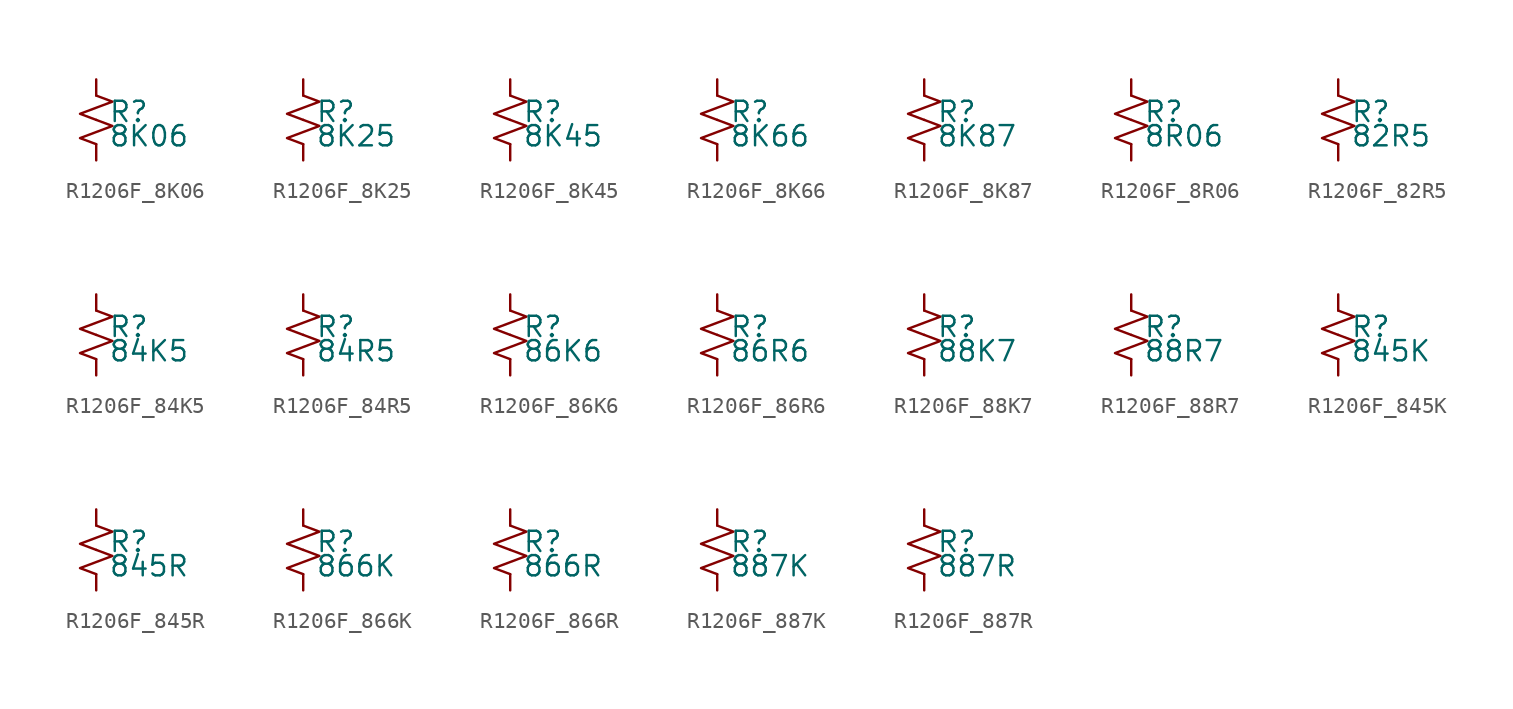
<source format=kicad_sym>
(kicad_symbol_lib
  (version 20220914)
  (generator kicad_symbol_editor)
  (symbol "R1206F_8K06"
    (pin_numbers hide)
    (pin_names
      (offset 0.254) hide)
    (property "Reference" "R"
      (at 0.762 0.508 0)
      (effects (font (size 1.27 1.27)) (justify left)))
    (property "Value" "8K06"
      (at 0.762 -1.016 0)
      (effects (font (size 1.27 1.27)) (justify left)))
    (symbol "R1206F_8K06_1_1"
      (polyline (pts (xy 0 0) (xy 1.016 -0.381) (xy 0 -0.762) (xy -1.016 -1.143) (xy 0 -1.524)) (stroke (width 0) (type default)) (fill (type none)))
      (polyline (pts (xy 0 1.524) (xy 1.016 1.143) (xy 0 0.762) (xy -1.016 0.381) (xy 0 0)) (stroke (width 0) (type default)) (fill (type none)))
      (pin passive line (at 0 2.54 270) (length 1.016) (name "~" (effects (font (size 1.27 1.27)))) (number "1" (effects (font (size 1.27 1.27)))))
      (pin passive line (at 0 -2.54 90) (length 1.016) (name "~" (effects (font (size 1.27 1.27)))) (number "2" (effects (font (size 1.27 1.27)))))))
  (symbol "R1206F_8K25"
    (pin_numbers hide)
    (pin_names
      (offset 0.254) hide)
    (property "Reference" "R"
      (at 0.762 0.508 0)
      (effects (font (size 1.27 1.27)) (justify left)))
    (property "Value" "8K25"
      (at 0.762 -1.016 0)
      (effects (font (size 1.27 1.27)) (justify left)))
    (symbol "R1206F_8K25_1_1"
      (polyline (pts (xy 0 0) (xy 1.016 -0.381) (xy 0 -0.762) (xy -1.016 -1.143) (xy 0 -1.524)) (stroke (width 0) (type default)) (fill (type none)))
      (polyline (pts (xy 0 1.524) (xy 1.016 1.143) (xy 0 0.762) (xy -1.016 0.381) (xy 0 0)) (stroke (width 0) (type default)) (fill (type none)))
      (pin passive line (at 0 2.54 270) (length 1.016) (name "~" (effects (font (size 1.27 1.27)))) (number "1" (effects (font (size 1.27 1.27)))))
      (pin passive line (at 0 -2.54 90) (length 1.016) (name "~" (effects (font (size 1.27 1.27)))) (number "2" (effects (font (size 1.27 1.27)))))))
  (symbol "R1206F_8K45"
    (pin_numbers hide)
    (pin_names
      (offset 0.254) hide)
    (property "Reference" "R"
      (at 0.762 0.508 0)
      (effects (font (size 1.27 1.27)) (justify left)))
    (property "Value" "8K45"
      (at 0.762 -1.016 0)
      (effects (font (size 1.27 1.27)) (justify left)))
    (symbol "R1206F_8K45_1_1"
      (polyline (pts (xy 0 0) (xy 1.016 -0.381) (xy 0 -0.762) (xy -1.016 -1.143) (xy 0 -1.524)) (stroke (width 0) (type default)) (fill (type none)))
      (polyline (pts (xy 0 1.524) (xy 1.016 1.143) (xy 0 0.762) (xy -1.016 0.381) (xy 0 0)) (stroke (width 0) (type default)) (fill (type none)))
      (pin passive line (at 0 2.54 270) (length 1.016) (name "~" (effects (font (size 1.27 1.27)))) (number "1" (effects (font (size 1.27 1.27)))))
      (pin passive line (at 0 -2.54 90) (length 1.016) (name "~" (effects (font (size 1.27 1.27)))) (number "2" (effects (font (size 1.27 1.27)))))))
  (symbol "R1206F_8K66"
    (pin_numbers hide)
    (pin_names
      (offset 0.254) hide)
    (property "Reference" "R"
      (at 0.762 0.508 0)
      (effects (font (size 1.27 1.27)) (justify left)))
    (property "Value" "8K66"
      (at 0.762 -1.016 0)
      (effects (font (size 1.27 1.27)) (justify left)))
    (symbol "R1206F_8K66_1_1"
      (polyline (pts (xy 0 0) (xy 1.016 -0.381) (xy 0 -0.762) (xy -1.016 -1.143) (xy 0 -1.524)) (stroke (width 0) (type default)) (fill (type none)))
      (polyline (pts (xy 0 1.524) (xy 1.016 1.143) (xy 0 0.762) (xy -1.016 0.381) (xy 0 0)) (stroke (width 0) (type default)) (fill (type none)))
      (pin passive line (at 0 2.54 270) (length 1.016) (name "~" (effects (font (size 1.27 1.27)))) (number "1" (effects (font (size 1.27 1.27)))))
      (pin passive line (at 0 -2.54 90) (length 1.016) (name "~" (effects (font (size 1.27 1.27)))) (number "2" (effects (font (size 1.27 1.27)))))))
  (symbol "R1206F_8K87"
    (pin_numbers hide)
    (pin_names
      (offset 0.254) hide)
    (property "Reference" "R"
      (at 0.762 0.508 0)
      (effects (font (size 1.27 1.27)) (justify left)))
    (property "Value" "8K87"
      (at 0.762 -1.016 0)
      (effects (font (size 1.27 1.27)) (justify left)))
    (symbol "R1206F_8K87_1_1"
      (polyline (pts (xy 0 0) (xy 1.016 -0.381) (xy 0 -0.762) (xy -1.016 -1.143) (xy 0 -1.524)) (stroke (width 0) (type default)) (fill (type none)))
      (polyline (pts (xy 0 1.524) (xy 1.016 1.143) (xy 0 0.762) (xy -1.016 0.381) (xy 0 0)) (stroke (width 0) (type default)) (fill (type none)))
      (pin passive line (at 0 2.54 270) (length 1.016) (name "~" (effects (font (size 1.27 1.27)))) (number "1" (effects (font (size 1.27 1.27)))))
      (pin passive line (at 0 -2.54 90) (length 1.016) (name "~" (effects (font (size 1.27 1.27)))) (number "2" (effects (font (size 1.27 1.27)))))))
  (symbol "R1206F_8R06"
    (pin_numbers hide)
    (pin_names
      (offset 0.254) hide)
    (property "Reference" "R"
      (at 0.762 0.508 0)
      (effects (font (size 1.27 1.27)) (justify left)))
    (property "Value" "8R06"
      (at 0.762 -1.016 0)
      (effects (font (size 1.27 1.27)) (justify left)))
    (symbol "R1206F_8R06_1_1"
      (polyline (pts (xy 0 0) (xy 1.016 -0.381) (xy 0 -0.762) (xy -1.016 -1.143) (xy 0 -1.524)) (stroke (width 0) (type default)) (fill (type none)))
      (polyline (pts (xy 0 1.524) (xy 1.016 1.143) (xy 0 0.762) (xy -1.016 0.381) (xy 0 0)) (stroke (width 0) (type default)) (fill (type none)))
      (pin passive line (at 0 2.54 270) (length 1.016) (name "~" (effects (font (size 1.27 1.27)))) (number "1" (effects (font (size 1.27 1.27)))))
      (pin passive line (at 0 -2.54 90) (length 1.016) (name "~" (effects (font (size 1.27 1.27)))) (number "2" (effects (font (size 1.27 1.27)))))))
  (symbol "R1206F_82R5"
    (pin_numbers hide)
    (pin_names
      (offset 0.254) hide)
    (property "Reference" "R"
      (at 0.762 0.508 0)
      (effects (font (size 1.27 1.27)) (justify left)))
    (property "Value" "82R5"
      (at 0.762 -1.016 0)
      (effects (font (size 1.27 1.27)) (justify left)))
    (symbol "R1206F_82R5_1_1"
      (polyline (pts (xy 0 0) (xy 1.016 -0.381) (xy 0 -0.762) (xy -1.016 -1.143) (xy 0 -1.524)) (stroke (width 0) (type default)) (fill (type none)))
      (polyline (pts (xy 0 1.524) (xy 1.016 1.143) (xy 0 0.762) (xy -1.016 0.381) (xy 0 0)) (stroke (width 0) (type default)) (fill (type none)))
      (pin passive line (at 0 2.54 270) (length 1.016) (name "~" (effects (font (size 1.27 1.27)))) (number "1" (effects (font (size 1.27 1.27)))))
      (pin passive line (at 0 -2.54 90) (length 1.016) (name "~" (effects (font (size 1.27 1.27)))) (number "2" (effects (font (size 1.27 1.27)))))))
  (symbol "R1206F_84K5"
    (pin_numbers hide)
    (pin_names
      (offset 0.254) hide)
    (property "Reference" "R"
      (at 0.762 0.508 0)
      (effects (font (size 1.27 1.27)) (justify left)))
    (property "Value" "84K5"
      (at 0.762 -1.016 0)
      (effects (font (size 1.27 1.27)) (justify left)))
    (symbol "R1206F_84K5_1_1"
      (polyline (pts (xy 0 0) (xy 1.016 -0.381) (xy 0 -0.762) (xy -1.016 -1.143) (xy 0 -1.524)) (stroke (width 0) (type default)) (fill (type none)))
      (polyline (pts (xy 0 1.524) (xy 1.016 1.143) (xy 0 0.762) (xy -1.016 0.381) (xy 0 0)) (stroke (width 0) (type default)) (fill (type none)))
      (pin passive line (at 0 2.54 270) (length 1.016) (name "~" (effects (font (size 1.27 1.27)))) (number "1" (effects (font (size 1.27 1.27)))))
      (pin passive line (at 0 -2.54 90) (length 1.016) (name "~" (effects (font (size 1.27 1.27)))) (number "2" (effects (font (size 1.27 1.27)))))))
  (symbol "R1206F_84R5"
    (pin_numbers hide)
    (pin_names
      (offset 0.254) hide)
    (property "Reference" "R"
      (at 0.762 0.508 0)
      (effects (font (size 1.27 1.27)) (justify left)))
    (property "Value" "84R5"
      (at 0.762 -1.016 0)
      (effects (font (size 1.27 1.27)) (justify left)))
    (symbol "R1206F_84R5_1_1"
      (polyline (pts (xy 0 0) (xy 1.016 -0.381) (xy 0 -0.762) (xy -1.016 -1.143) (xy 0 -1.524)) (stroke (width 0) (type default)) (fill (type none)))
      (polyline (pts (xy 0 1.524) (xy 1.016 1.143) (xy 0 0.762) (xy -1.016 0.381) (xy 0 0)) (stroke (width 0) (type default)) (fill (type none)))
      (pin passive line (at 0 2.54 270) (length 1.016) (name "~" (effects (font (size 1.27 1.27)))) (number "1" (effects (font (size 1.27 1.27)))))
      (pin passive line (at 0 -2.54 90) (length 1.016) (name "~" (effects (font (size 1.27 1.27)))) (number "2" (effects (font (size 1.27 1.27)))))))
  (symbol "R1206F_86K6"
    (pin_numbers hide)
    (pin_names
      (offset 0.254) hide)
    (property "Reference" "R"
      (at 0.762 0.508 0)
      (effects (font (size 1.27 1.27)) (justify left)))
    (property "Value" "86K6"
      (at 0.762 -1.016 0)
      (effects (font (size 1.27 1.27)) (justify left)))
    (symbol "R1206F_86K6_1_1"
      (polyline (pts (xy 0 0) (xy 1.016 -0.381) (xy 0 -0.762) (xy -1.016 -1.143) (xy 0 -1.524)) (stroke (width 0) (type default)) (fill (type none)))
      (polyline (pts (xy 0 1.524) (xy 1.016 1.143) (xy 0 0.762) (xy -1.016 0.381) (xy 0 0)) (stroke (width 0) (type default)) (fill (type none)))
      (pin passive line (at 0 2.54 270) (length 1.016) (name "~" (effects (font (size 1.27 1.27)))) (number "1" (effects (font (size 1.27 1.27)))))
      (pin passive line (at 0 -2.54 90) (length 1.016) (name "~" (effects (font (size 1.27 1.27)))) (number "2" (effects (font (size 1.27 1.27)))))))
  (symbol "R1206F_86R6"
    (pin_numbers hide)
    (pin_names
      (offset 0.254) hide)
    (property "Reference" "R"
      (at 0.762 0.508 0)
      (effects (font (size 1.27 1.27)) (justify left)))
    (property "Value" "86R6"
      (at 0.762 -1.016 0)
      (effects (font (size 1.27 1.27)) (justify left)))
    (symbol "R1206F_86R6_1_1"
      (polyline (pts (xy 0 0) (xy 1.016 -0.381) (xy 0 -0.762) (xy -1.016 -1.143) (xy 0 -1.524)) (stroke (width 0) (type default)) (fill (type none)))
      (polyline (pts (xy 0 1.524) (xy 1.016 1.143) (xy 0 0.762) (xy -1.016 0.381) (xy 0 0)) (stroke (width 0) (type default)) (fill (type none)))
      (pin passive line (at 0 2.54 270) (length 1.016) (name "~" (effects (font (size 1.27 1.27)))) (number "1" (effects (font (size 1.27 1.27)))))
      (pin passive line (at 0 -2.54 90) (length 1.016) (name "~" (effects (font (size 1.27 1.27)))) (number "2" (effects (font (size 1.27 1.27)))))))
  (symbol "R1206F_88K7"
    (pin_numbers hide)
    (pin_names
      (offset 0.254) hide)
    (property "Reference" "R"
      (at 0.762 0.508 0)
      (effects (font (size 1.27 1.27)) (justify left)))
    (property "Value" "88K7"
      (at 0.762 -1.016 0)
      (effects (font (size 1.27 1.27)) (justify left)))
    (symbol "R1206F_88K7_1_1"
      (polyline (pts (xy 0 0) (xy 1.016 -0.381) (xy 0 -0.762) (xy -1.016 -1.143) (xy 0 -1.524)) (stroke (width 0) (type default)) (fill (type none)))
      (polyline (pts (xy 0 1.524) (xy 1.016 1.143) (xy 0 0.762) (xy -1.016 0.381) (xy 0 0)) (stroke (width 0) (type default)) (fill (type none)))
      (pin passive line (at 0 2.54 270) (length 1.016) (name "~" (effects (font (size 1.27 1.27)))) (number "1" (effects (font (size 1.27 1.27)))))
      (pin passive line (at 0 -2.54 90) (length 1.016) (name "~" (effects (font (size 1.27 1.27)))) (number "2" (effects (font (size 1.27 1.27)))))))
  (symbol "R1206F_88R7"
    (pin_numbers hide)
    (pin_names
      (offset 0.254) hide)
    (property "Reference" "R"
      (at 0.762 0.508 0)
      (effects (font (size 1.27 1.27)) (justify left)))
    (property "Value" "88R7"
      (at 0.762 -1.016 0)
      (effects (font (size 1.27 1.27)) (justify left)))
    (symbol "R1206F_88R7_1_1"
      (polyline (pts (xy 0 0) (xy 1.016 -0.381) (xy 0 -0.762) (xy -1.016 -1.143) (xy 0 -1.524)) (stroke (width 0) (type default)) (fill (type none)))
      (polyline (pts (xy 0 1.524) (xy 1.016 1.143) (xy 0 0.762) (xy -1.016 0.381) (xy 0 0)) (stroke (width 0) (type default)) (fill (type none)))
      (pin passive line (at 0 2.54 270) (length 1.016) (name "~" (effects (font (size 1.27 1.27)))) (number "1" (effects (font (size 1.27 1.27)))))
      (pin passive line (at 0 -2.54 90) (length 1.016) (name "~" (effects (font (size 1.27 1.27)))) (number "2" (effects (font (size 1.27 1.27)))))))
  (symbol "R1206F_845K"
    (pin_numbers hide)
    (pin_names
      (offset 0.254) hide)
    (property "Reference" "R"
      (at 0.762 0.508 0)
      (effects (font (size 1.27 1.27)) (justify left)))
    (property "Value" "845K"
      (at 0.762 -1.016 0)
      (effects (font (size 1.27 1.27)) (justify left)))
    (symbol "R1206F_845K_1_1"
      (polyline (pts (xy 0 0) (xy 1.016 -0.381) (xy 0 -0.762) (xy -1.016 -1.143) (xy 0 -1.524)) (stroke (width 0) (type default)) (fill (type none)))
      (polyline (pts (xy 0 1.524) (xy 1.016 1.143) (xy 0 0.762) (xy -1.016 0.381) (xy 0 0)) (stroke (width 0) (type default)) (fill (type none)))
      (pin passive line (at 0 2.54 270) (length 1.016) (name "~" (effects (font (size 1.27 1.27)))) (number "1" (effects (font (size 1.27 1.27)))))
      (pin passive line (at 0 -2.54 90) (length 1.016) (name "~" (effects (font (size 1.27 1.27)))) (number "2" (effects (font (size 1.27 1.27)))))))
  (symbol "R1206F_845R"
    (pin_numbers hide)
    (pin_names
      (offset 0.254) hide)
    (property "Reference" "R"
      (at 0.762 0.508 0)
      (effects (font (size 1.27 1.27)) (justify left)))
    (property "Value" "845R"
      (at 0.762 -1.016 0)
      (effects (font (size 1.27 1.27)) (justify left)))
    (symbol "R1206F_845R_1_1"
      (polyline (pts (xy 0 0) (xy 1.016 -0.381) (xy 0 -0.762) (xy -1.016 -1.143) (xy 0 -1.524)) (stroke (width 0) (type default)) (fill (type none)))
      (polyline (pts (xy 0 1.524) (xy 1.016 1.143) (xy 0 0.762) (xy -1.016 0.381) (xy 0 0)) (stroke (width 0) (type default)) (fill (type none)))
      (pin passive line (at 0 2.54 270) (length 1.016) (name "~" (effects (font (size 1.27 1.27)))) (number "1" (effects (font (size 1.27 1.27)))))
      (pin passive line (at 0 -2.54 90) (length 1.016) (name "~" (effects (font (size 1.27 1.27)))) (number "2" (effects (font (size 1.27 1.27)))))))
  (symbol "R1206F_866K"
    (pin_numbers hide)
    (pin_names
      (offset 0.254) hide)
    (property "Reference" "R"
      (at 0.762 0.508 0)
      (effects (font (size 1.27 1.27)) (justify left)))
    (property "Value" "866K"
      (at 0.762 -1.016 0)
      (effects (font (size 1.27 1.27)) (justify left)))
    (symbol "R1206F_866K_1_1"
      (polyline (pts (xy 0 0) (xy 1.016 -0.381) (xy 0 -0.762) (xy -1.016 -1.143) (xy 0 -1.524)) (stroke (width 0) (type default)) (fill (type none)))
      (polyline (pts (xy 0 1.524) (xy 1.016 1.143) (xy 0 0.762) (xy -1.016 0.381) (xy 0 0)) (stroke (width 0) (type default)) (fill (type none)))
      (pin passive line (at 0 2.54 270) (length 1.016) (name "~" (effects (font (size 1.27 1.27)))) (number "1" (effects (font (size 1.27 1.27)))))
      (pin passive line (at 0 -2.54 90) (length 1.016) (name "~" (effects (font (size 1.27 1.27)))) (number "2" (effects (font (size 1.27 1.27)))))))
  (symbol "R1206F_866R"
    (pin_numbers hide)
    (pin_names
      (offset 0.254) hide)
    (property "Reference" "R"
      (at 0.762 0.508 0)
      (effects (font (size 1.27 1.27)) (justify left)))
    (property "Value" "866R"
      (at 0.762 -1.016 0)
      (effects (font (size 1.27 1.27)) (justify left)))
    (symbol "R1206F_866R_1_1"
      (polyline (pts (xy 0 0) (xy 1.016 -0.381) (xy 0 -0.762) (xy -1.016 -1.143) (xy 0 -1.524)) (stroke (width 0) (type default)) (fill (type none)))
      (polyline (pts (xy 0 1.524) (xy 1.016 1.143) (xy 0 0.762) (xy -1.016 0.381) (xy 0 0)) (stroke (width 0) (type default)) (fill (type none)))
      (pin passive line (at 0 2.54 270) (length 1.016) (name "~" (effects (font (size 1.27 1.27)))) (number "1" (effects (font (size 1.27 1.27)))))
      (pin passive line (at 0 -2.54 90) (length 1.016) (name "~" (effects (font (size 1.27 1.27)))) (number "2" (effects (font (size 1.27 1.27)))))))
  (symbol "R1206F_887K"
    (pin_numbers hide)
    (pin_names
      (offset 0.254) hide)
    (property "Reference" "R"
      (at 0.762 0.508 0)
      (effects (font (size 1.27 1.27)) (justify left)))
    (property "Value" "887K"
      (at 0.762 -1.016 0)
      (effects (font (size 1.27 1.27)) (justify left)))
    (symbol "R1206F_887K_1_1"
      (polyline (pts (xy 0 0) (xy 1.016 -0.381) (xy 0 -0.762) (xy -1.016 -1.143) (xy 0 -1.524)) (stroke (width 0) (type default)) (fill (type none)))
      (polyline (pts (xy 0 1.524) (xy 1.016 1.143) (xy 0 0.762) (xy -1.016 0.381) (xy 0 0)) (stroke (width 0) (type default)) (fill (type none)))
      (pin passive line (at 0 2.54 270) (length 1.016) (name "~" (effects (font (size 1.27 1.27)))) (number "1" (effects (font (size 1.27 1.27)))))
      (pin passive line (at 0 -2.54 90) (length 1.016) (name "~" (effects (font (size 1.27 1.27)))) (number "2" (effects (font (size 1.27 1.27)))))))
  (symbol "R1206F_887R"
    (pin_numbers hide)
    (pin_names
      (offset 0.254) hide)
    (property "Reference" "R"
      (at 0.762 0.508 0)
      (effects (font (size 1.27 1.27)) (justify left)))
    (property "Value" "887R"
      (at 0.762 -1.016 0)
      (effects (font (size 1.27 1.27)) (justify left)))
    (symbol "R1206F_887R_1_1"
      (polyline (pts (xy 0 0) (xy 1.016 -0.381) (xy 0 -0.762) (xy -1.016 -1.143) (xy 0 -1.524)) (stroke (width 0) (type default)) (fill (type none)))
      (polyline (pts (xy 0 1.524) (xy 1.016 1.143) (xy 0 0.762) (xy -1.016 0.381) (xy 0 0)) (stroke (width 0) (type default)) (fill (type none)))
      (pin passive line (at 0 2.54 270) (length 1.016) (name "~" (effects (font (size 1.27 1.27)))) (number "1" (effects (font (size 1.27 1.27)))))
      (pin passive line (at 0 -2.54 90) (length 1.016) (name "~" (effects (font (size 1.27 1.27)))) (number "2" (effects (font (size 1.27 1.27))))))))
</source>
